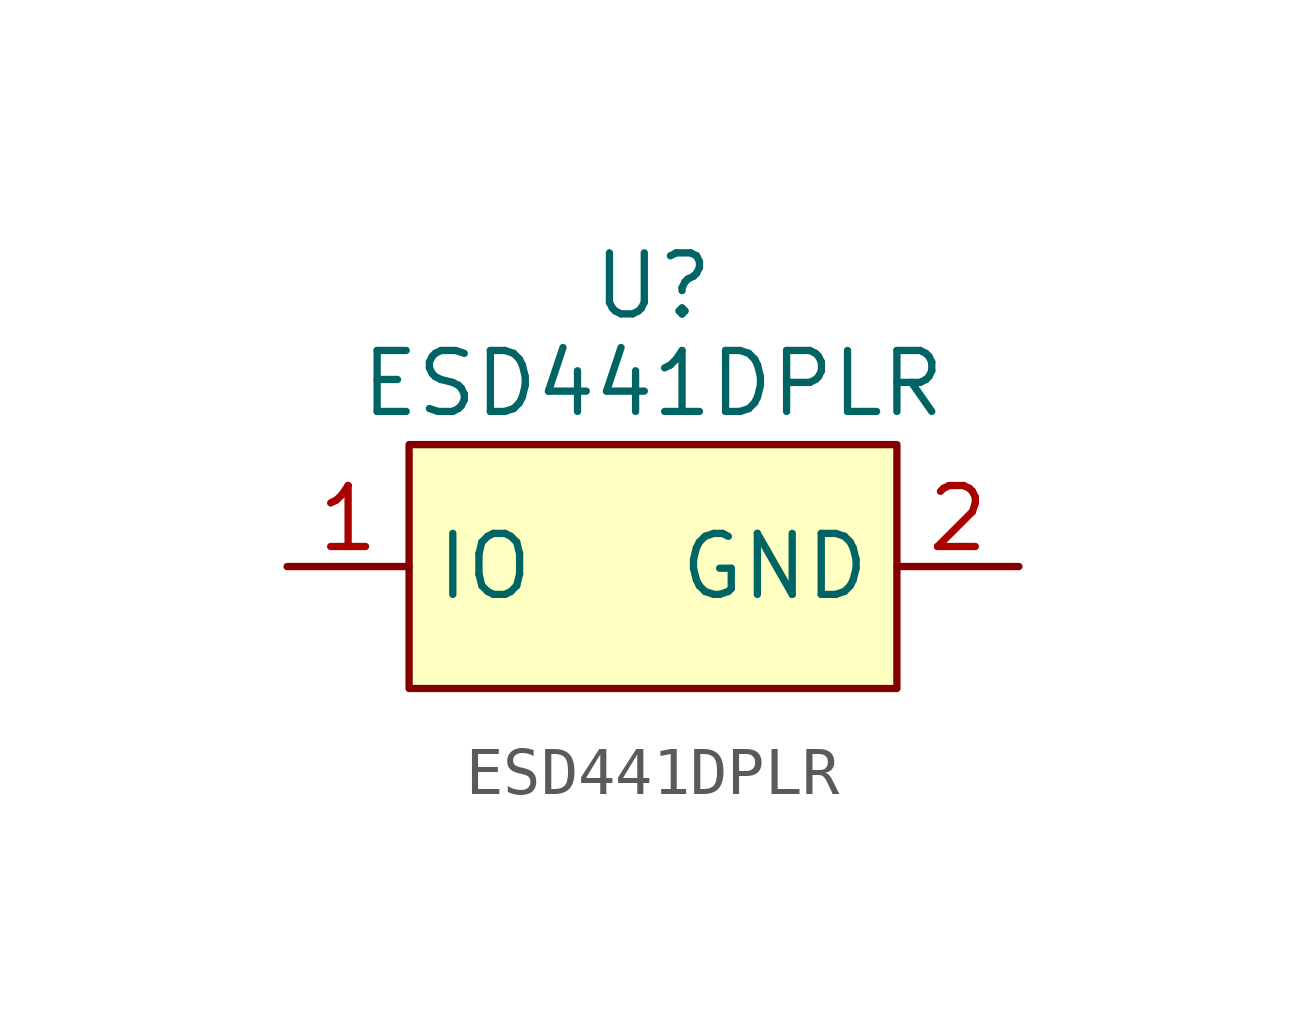
<source format=kicad_sym>
(kicad_symbol_lib
  (version 20241209)
  (generator "kicad_symbol_editor")
  (generator_version "9.0")
  (symbol "ESD441DPLR"
    (property "Reference" "U"
      (at 5.08 3.302 0)
      (effects (font (size 1.27 1.27))))
    (property "Value" "ESD441DPLR"
      (at 5.08 1.27 0)
      (effects (font (size 1.27 1.27))))
    (symbol "ESD441DPLR_1_1"
      (rectangle (start 0 0) (end 10.16 -5.08) (stroke (width 0) (type solid)) (fill (type background)))
      (pin bidirectional line (at -2.54 -2.54 0) (length 2.54) (name "IO" (effects (font (size 1.27 1.27)))) (number "1" (effects (font (size 1.27 1.27)))))
      (pin power_out line (at 12.7 -2.54 180) (length 2.54) (name "GND" (effects (font (size 1.27 1.27)))) (number "2" (effects (font (size 1.27 1.27))))))))
</source>
